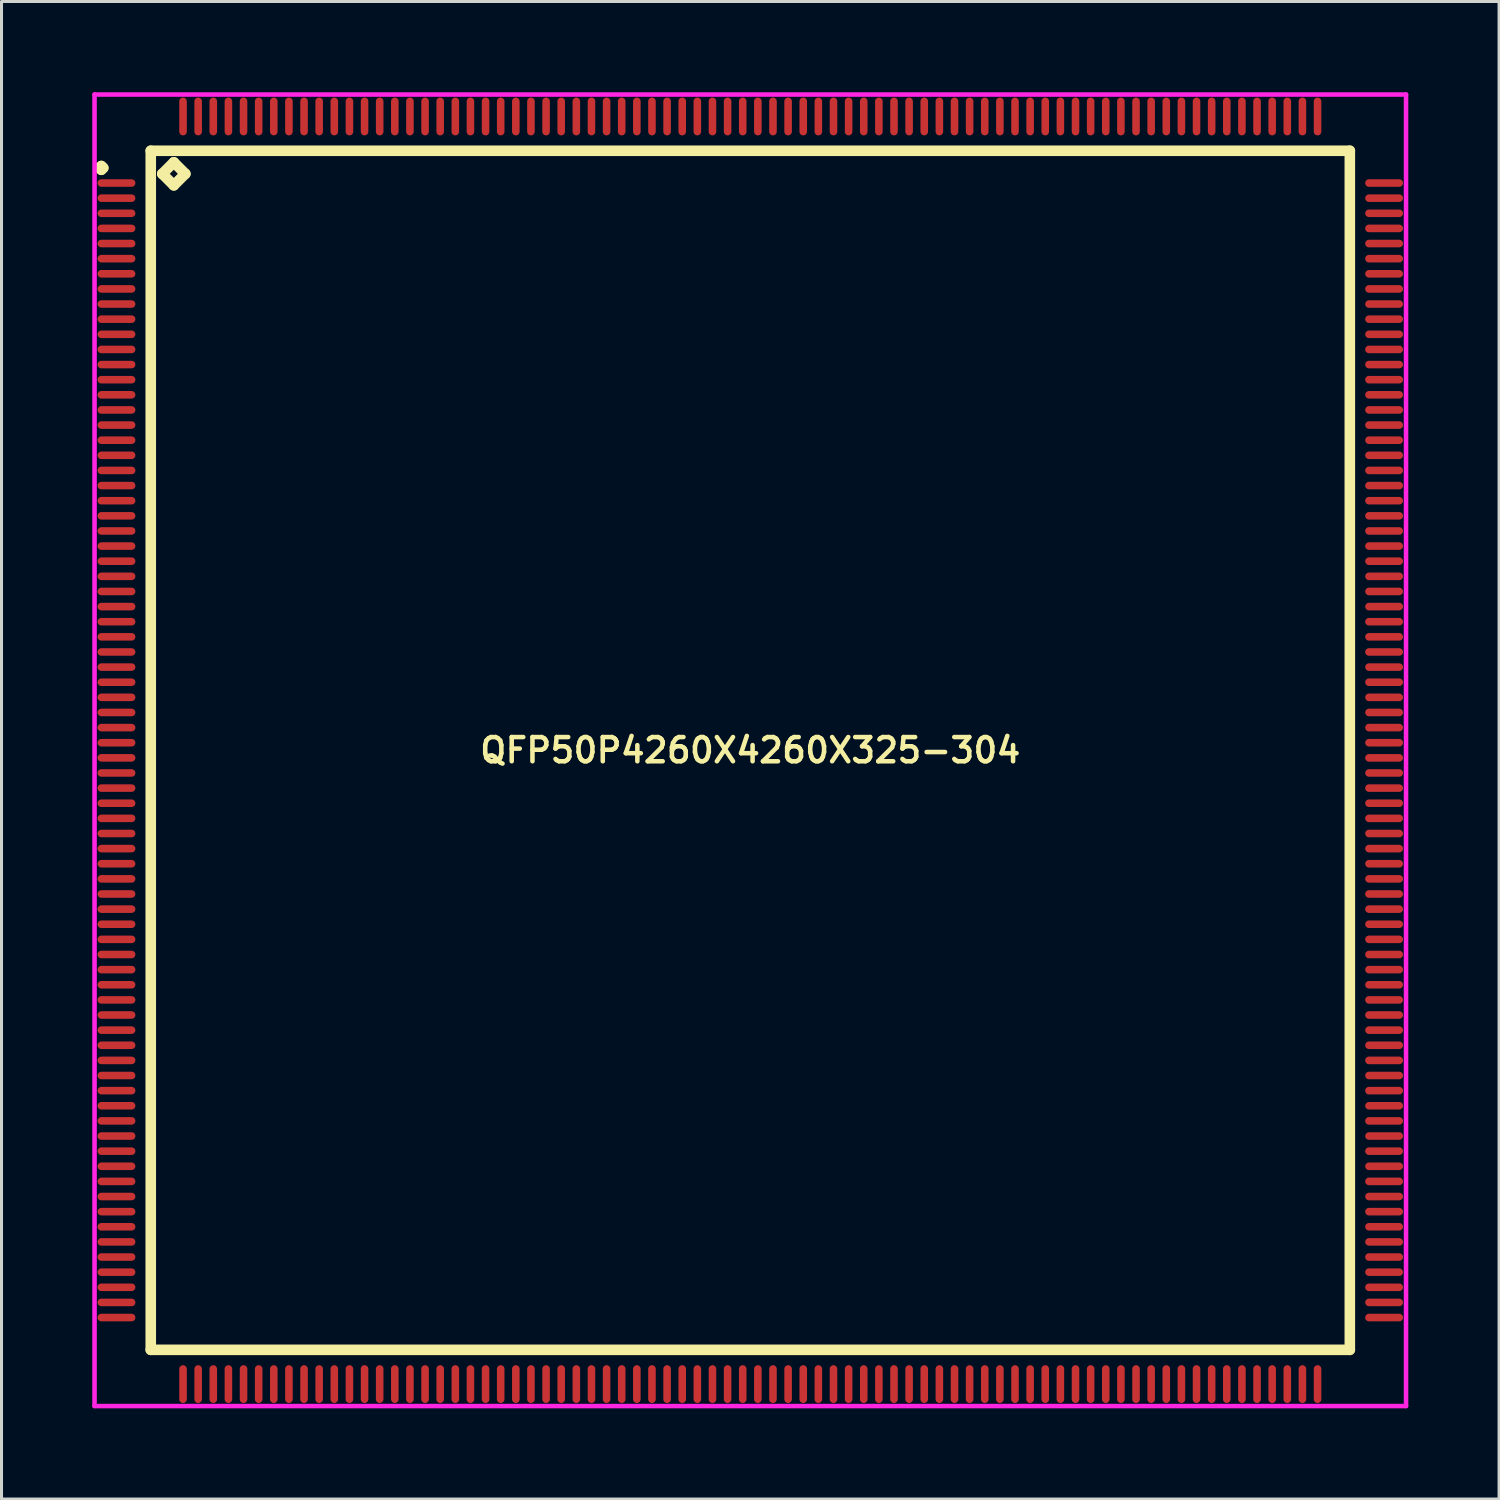
<source format=kicad_pcb>
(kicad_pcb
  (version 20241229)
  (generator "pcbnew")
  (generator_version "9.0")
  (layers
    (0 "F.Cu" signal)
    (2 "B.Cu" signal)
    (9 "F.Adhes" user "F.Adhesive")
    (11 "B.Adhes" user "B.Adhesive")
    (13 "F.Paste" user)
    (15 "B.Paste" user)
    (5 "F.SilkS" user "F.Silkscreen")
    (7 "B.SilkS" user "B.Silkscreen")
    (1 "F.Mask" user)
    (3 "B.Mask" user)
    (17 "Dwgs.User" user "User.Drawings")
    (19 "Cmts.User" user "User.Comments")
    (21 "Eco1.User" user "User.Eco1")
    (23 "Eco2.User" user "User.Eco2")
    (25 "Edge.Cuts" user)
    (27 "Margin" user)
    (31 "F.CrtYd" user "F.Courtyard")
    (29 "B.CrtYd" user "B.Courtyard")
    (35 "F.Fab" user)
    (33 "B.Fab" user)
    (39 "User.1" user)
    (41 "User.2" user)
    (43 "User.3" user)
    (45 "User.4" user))
  (footprint "QFP50P4260X4260X325-304"
    (layer "F.Cu")
    (at 21.75 21.75)
    (property "Reference" "QFP50P4260X4260X325-304" (at 0 0 0) (layer "F.SilkS") (effects (font (size 0.8 0.8) (thickness 0.15))))
    (attr through_hole)
    (fp_line (start -21.512 -19.25) (end -21.45 -19.312) (stroke (width 0.35) (type solid)) (layer "F.SilkS"))
    (fp_line (start -21.45 -19.312) (end -21.387 -19.25) (stroke (width 0.35) (type solid)) (layer "F.SilkS"))
    (fp_line (start -21.45 -19.188) (end -21.512 -19.25) (stroke (width 0.35) (type solid)) (layer "F.SilkS"))
    (fp_line (start -21.387 -19.25) (end -21.45 -19.188) (stroke (width 0.35) (type solid)) (layer "F.SilkS"))
    (fp_line (start -19.817 -19.817) (end -19.817 19.817) (stroke (width 0.35) (type solid)) (layer "F.SilkS"))
    (fp_line (start -19.817 19.817) (end 19.817 19.817) (stroke (width 0.35) (type solid)) (layer "F.SilkS"))
    (fp_line (start -19.436 -19.055) (end -19.055 -19.436) (stroke (width 0.35) (type solid)) (layer "F.SilkS"))
    (fp_line (start -19.055 -19.436) (end -18.674 -19.055) (stroke (width 0.35) (type solid)) (layer "F.SilkS"))
    (fp_line (start -19.055 -18.674) (end -19.436 -19.055) (stroke (width 0.35) (type solid)) (layer "F.SilkS"))
    (fp_line (start -18.674 -19.055) (end -19.055 -18.674) (stroke (width 0.35) (type solid)) (layer "F.SilkS"))
    (fp_line (start 19.817 -19.817) (end -19.817 -19.817) (stroke (width 0.35) (type solid)) (layer "F.SilkS"))
    (fp_line (start 19.817 19.817) (end 19.817 -19.817) (stroke (width 0.35) (type solid)) (layer "F.SilkS"))
    (fp_line (start -21.675 -21.675) (end 21.675 -21.675) (stroke (width 0.15) (type solid)) (layer "F.CrtYd"))
    (fp_line (start -21.675 21.675) (end -21.675 -21.675) (stroke (width 0.15) (type solid)) (layer "F.CrtYd"))
    (fp_line (start 21.675 -21.675) (end 21.675 21.675) (stroke (width 0.15) (type solid)) (layer "F.CrtYd"))
    (fp_line (start 21.675 21.675) (end -21.675 21.675) (stroke (width 0.15) (type solid)) (layer "F.CrtYd"))
    (pad "1" smd oval (at -20.95 -18.75) (size 1.25 0.25) (layers "F.Cu" "F.Mask" "F.Paste"))
    (pad "2" smd oval (at -20.95 -18.25) (size 1.25 0.25) (layers "F.Cu" "F.Mask" "F.Paste"))
    (pad "3" smd oval (at -20.95 -17.75) (size 1.25 0.25) (layers "F.Cu" "F.Mask" "F.Paste"))
    (pad "4" smd oval (at -20.95 -17.25) (size 1.25 0.25) (layers "F.Cu" "F.Mask" "F.Paste"))
    (pad "5" smd oval (at -20.95 -16.75) (size 1.25 0.25) (layers "F.Cu" "F.Mask" "F.Paste"))
    (pad "6" smd oval (at -20.95 -16.25) (size 1.25 0.25) (layers "F.Cu" "F.Mask" "F.Paste"))
    (pad "7" smd oval (at -20.95 -15.75) (size 1.25 0.25) (layers "F.Cu" "F.Mask" "F.Paste"))
    (pad "8" smd oval (at -20.95 -15.25) (size 1.25 0.25) (layers "F.Cu" "F.Mask" "F.Paste"))
    (pad "9" smd oval (at -20.95 -14.75) (size 1.25 0.25) (layers "F.Cu" "F.Mask" "F.Paste"))
    (pad "10" smd oval (at -20.95 -14.25) (size 1.25 0.25) (layers "F.Cu" "F.Mask" "F.Paste"))
    (pad "11" smd oval (at -20.95 -13.75) (size 1.25 0.25) (layers "F.Cu" "F.Mask" "F.Paste"))
    (pad "12" smd oval (at -20.95 -13.25) (size 1.25 0.25) (layers "F.Cu" "F.Mask" "F.Paste"))
    (pad "13" smd oval (at -20.95 -12.75) (size 1.25 0.25) (layers "F.Cu" "F.Mask" "F.Paste"))
    (pad "14" smd oval (at -20.95 -12.25) (size 1.25 0.25) (layers "F.Cu" "F.Mask" "F.Paste"))
    (pad "15" smd oval (at -20.95 -11.75) (size 1.25 0.25) (layers "F.Cu" "F.Mask" "F.Paste"))
    (pad "16" smd oval (at -20.95 -11.25) (size 1.25 0.25) (layers "F.Cu" "F.Mask" "F.Paste"))
    (pad "17" smd oval (at -20.95 -10.75) (size 1.25 0.25) (layers "F.Cu" "F.Mask" "F.Paste"))
    (pad "18" smd oval (at -20.95 -10.25) (size 1.25 0.25) (layers "F.Cu" "F.Mask" "F.Paste"))
    (pad "19" smd oval (at -20.95 -9.75) (size 1.25 0.25) (layers "F.Cu" "F.Mask" "F.Paste"))
    (pad "20" smd oval (at -20.95 -9.25) (size 1.25 0.25) (layers "F.Cu" "F.Mask" "F.Paste"))
    (pad "21" smd oval (at -20.95 -8.75) (size 1.25 0.25) (layers "F.Cu" "F.Mask" "F.Paste"))
    (pad "22" smd oval (at -20.95 -8.25) (size 1.25 0.25) (layers "F.Cu" "F.Mask" "F.Paste"))
    (pad "23" smd oval (at -20.95 -7.75) (size 1.25 0.25) (layers "F.Cu" "F.Mask" "F.Paste"))
    (pad "24" smd oval (at -20.95 -7.25) (size 1.25 0.25) (layers "F.Cu" "F.Mask" "F.Paste"))
    (pad "25" smd oval (at -20.95 -6.75) (size 1.25 0.25) (layers "F.Cu" "F.Mask" "F.Paste"))
    (pad "26" smd oval (at -20.95 -6.25) (size 1.25 0.25) (layers "F.Cu" "F.Mask" "F.Paste"))
    (pad "27" smd oval (at -20.95 -5.75) (size 1.25 0.25) (layers "F.Cu" "F.Mask" "F.Paste"))
    (pad "28" smd oval (at -20.95 -5.25) (size 1.25 0.25) (layers "F.Cu" "F.Mask" "F.Paste"))
    (pad "29" smd oval (at -20.95 -4.75) (size 1.25 0.25) (layers "F.Cu" "F.Mask" "F.Paste"))
    (pad "30" smd oval (at -20.95 -4.25) (size 1.25 0.25) (layers "F.Cu" "F.Mask" "F.Paste"))
    (pad "31" smd oval (at -20.95 -3.75) (size 1.25 0.25) (layers "F.Cu" "F.Mask" "F.Paste"))
    (pad "32" smd oval (at -20.95 -3.25) (size 1.25 0.25) (layers "F.Cu" "F.Mask" "F.Paste"))
    (pad "33" smd oval (at -20.95 -2.75) (size 1.25 0.25) (layers "F.Cu" "F.Mask" "F.Paste"))
    (pad "34" smd oval (at -20.95 -2.25) (size 1.25 0.25) (layers "F.Cu" "F.Mask" "F.Paste"))
    (pad "35" smd oval (at -20.95 -1.75) (size 1.25 0.25) (layers "F.Cu" "F.Mask" "F.Paste"))
    (pad "36" smd oval (at -20.95 -1.25) (size 1.25 0.25) (layers "F.Cu" "F.Mask" "F.Paste"))
    (pad "37" smd oval (at -20.95 -0.75) (size 1.25 0.25) (layers "F.Cu" "F.Mask" "F.Paste"))
    (pad "38" smd oval (at -20.95 -0.25) (size 1.25 0.25) (layers "F.Cu" "F.Mask" "F.Paste"))
    (pad "39" smd oval (at -20.95 0.25) (size 1.25 0.25) (layers "F.Cu" "F.Mask" "F.Paste"))
    (pad "40" smd oval (at -20.95 0.75) (size 1.25 0.25) (layers "F.Cu" "F.Mask" "F.Paste"))
    (pad "41" smd oval (at -20.95 1.25) (size 1.25 0.25) (layers "F.Cu" "F.Mask" "F.Paste"))
    (pad "42" smd oval (at -20.95 1.75) (size 1.25 0.25) (layers "F.Cu" "F.Mask" "F.Paste"))
    (pad "43" smd oval (at -20.95 2.25) (size 1.25 0.25) (layers "F.Cu" "F.Mask" "F.Paste"))
    (pad "44" smd oval (at -20.95 2.75) (size 1.25 0.25) (layers "F.Cu" "F.Mask" "F.Paste"))
    (pad "45" smd oval (at -20.95 3.25) (size 1.25 0.25) (layers "F.Cu" "F.Mask" "F.Paste"))
    (pad "46" smd oval (at -20.95 3.75) (size 1.25 0.25) (layers "F.Cu" "F.Mask" "F.Paste"))
    (pad "47" smd oval (at -20.95 4.25) (size 1.25 0.25) (layers "F.Cu" "F.Mask" "F.Paste"))
    (pad "48" smd oval (at -20.95 4.75) (size 1.25 0.25) (layers "F.Cu" "F.Mask" "F.Paste"))
    (pad "49" smd oval (at -20.95 5.25) (size 1.25 0.25) (layers "F.Cu" "F.Mask" "F.Paste"))
    (pad "50" smd oval (at -20.95 5.75) (size 1.25 0.25) (layers "F.Cu" "F.Mask" "F.Paste"))
    (pad "51" smd oval (at -20.95 6.25) (size 1.25 0.25) (layers "F.Cu" "F.Mask" "F.Paste"))
    (pad "52" smd oval (at -20.95 6.75) (size 1.25 0.25) (layers "F.Cu" "F.Mask" "F.Paste"))
    (pad "53" smd oval (at -20.95 7.25) (size 1.25 0.25) (layers "F.Cu" "F.Mask" "F.Paste"))
    (pad "54" smd oval (at -20.95 7.75) (size 1.25 0.25) (layers "F.Cu" "F.Mask" "F.Paste"))
    (pad "55" smd oval (at -20.95 8.25) (size 1.25 0.25) (layers "F.Cu" "F.Mask" "F.Paste"))
    (pad "56" smd oval (at -20.95 8.75) (size 1.25 0.25) (layers "F.Cu" "F.Mask" "F.Paste"))
    (pad "57" smd oval (at -20.95 9.25) (size 1.25 0.25) (layers "F.Cu" "F.Mask" "F.Paste"))
    (pad "58" smd oval (at -20.95 9.75) (size 1.25 0.25) (layers "F.Cu" "F.Mask" "F.Paste"))
    (pad "59" smd oval (at -20.95 10.25) (size 1.25 0.25) (layers "F.Cu" "F.Mask" "F.Paste"))
    (pad "60" smd oval (at -20.95 10.75) (size 1.25 0.25) (layers "F.Cu" "F.Mask" "F.Paste"))
    (pad "61" smd oval (at -20.95 11.25) (size 1.25 0.25) (layers "F.Cu" "F.Mask" "F.Paste"))
    (pad "62" smd oval (at -20.95 11.75) (size 1.25 0.25) (layers "F.Cu" "F.Mask" "F.Paste"))
    (pad "63" smd oval (at -20.95 12.25) (size 1.25 0.25) (layers "F.Cu" "F.Mask" "F.Paste"))
    (pad "64" smd oval (at -20.95 12.75) (size 1.25 0.25) (layers "F.Cu" "F.Mask" "F.Paste"))
    (pad "65" smd oval (at -20.95 13.25) (size 1.25 0.25) (layers "F.Cu" "F.Mask" "F.Paste"))
    (pad "66" smd oval (at -20.95 13.75) (size 1.25 0.25) (layers "F.Cu" "F.Mask" "F.Paste"))
    (pad "67" smd oval (at -20.95 14.25) (size 1.25 0.25) (layers "F.Cu" "F.Mask" "F.Paste"))
    (pad "68" smd oval (at -20.95 14.75) (size 1.25 0.25) (layers "F.Cu" "F.Mask" "F.Paste"))
    (pad "69" smd oval (at -20.95 15.25) (size 1.25 0.25) (layers "F.Cu" "F.Mask" "F.Paste"))
    (pad "70" smd oval (at -20.95 15.75) (size 1.25 0.25) (layers "F.Cu" "F.Mask" "F.Paste"))
    (pad "71" smd oval (at -20.95 16.25) (size 1.25 0.25) (layers "F.Cu" "F.Mask" "F.Paste"))
    (pad "72" smd oval (at -20.95 16.75) (size 1.25 0.25) (layers "F.Cu" "F.Mask" "F.Paste"))
    (pad "73" smd oval (at -20.95 17.25) (size 1.25 0.25) (layers "F.Cu" "F.Mask" "F.Paste"))
    (pad "74" smd oval (at -20.95 17.75) (size 1.25 0.25) (layers "F.Cu" "F.Mask" "F.Paste"))
    (pad "75" smd oval (at -20.95 18.25) (size 1.25 0.25) (layers "F.Cu" "F.Mask" "F.Paste"))
    (pad "76" smd oval (at -20.95 18.75) (size 1.25 0.25) (layers "F.Cu" "F.Mask" "F.Paste"))
    (pad "77" smd oval (at -18.75 20.95) (size 0.25 1.25) (layers "F.Cu" "F.Mask" "F.Paste"))
    (pad "78" smd oval (at -18.25 20.95) (size 0.25 1.25) (layers "F.Cu" "F.Mask" "F.Paste"))
    (pad "79" smd oval (at -17.75 20.95) (size 0.25 1.25) (layers "F.Cu" "F.Mask" "F.Paste"))
    (pad "80" smd oval (at -17.25 20.95) (size 0.25 1.25) (layers "F.Cu" "F.Mask" "F.Paste"))
    (pad "81" smd oval (at -16.75 20.95) (size 0.25 1.25) (layers "F.Cu" "F.Mask" "F.Paste"))
    (pad "82" smd oval (at -16.25 20.95) (size 0.25 1.25) (layers "F.Cu" "F.Mask" "F.Paste"))
    (pad "83" smd oval (at -15.75 20.95) (size 0.25 1.25) (layers "F.Cu" "F.Mask" "F.Paste"))
    (pad "84" smd oval (at -15.25 20.95) (size 0.25 1.25) (layers "F.Cu" "F.Mask" "F.Paste"))
    (pad "85" smd oval (at -14.75 20.95) (size 0.25 1.25) (layers "F.Cu" "F.Mask" "F.Paste"))
    (pad "86" smd oval (at -14.25 20.95) (size 0.25 1.25) (layers "F.Cu" "F.Mask" "F.Paste"))
    (pad "87" smd oval (at -13.75 20.95) (size 0.25 1.25) (layers "F.Cu" "F.Mask" "F.Paste"))
    (pad "88" smd oval (at -13.25 20.95) (size 0.25 1.25) (layers "F.Cu" "F.Mask" "F.Paste"))
    (pad "89" smd oval (at -12.75 20.95) (size 0.25 1.25) (layers "F.Cu" "F.Mask" "F.Paste"))
    (pad "90" smd oval (at -12.25 20.95) (size 0.25 1.25) (layers "F.Cu" "F.Mask" "F.Paste"))
    (pad "91" smd oval (at -11.75 20.95) (size 0.25 1.25) (layers "F.Cu" "F.Mask" "F.Paste"))
    (pad "92" smd oval (at -11.25 20.95) (size 0.25 1.25) (layers "F.Cu" "F.Mask" "F.Paste"))
    (pad "93" smd oval (at -10.75 20.95) (size 0.25 1.25) (layers "F.Cu" "F.Mask" "F.Paste"))
    (pad "94" smd oval (at -10.25 20.95) (size 0.25 1.25) (layers "F.Cu" "F.Mask" "F.Paste"))
    (pad "95" smd oval (at -9.75 20.95) (size 0.25 1.25) (layers "F.Cu" "F.Mask" "F.Paste"))
    (pad "96" smd oval (at -9.25 20.95) (size 0.25 1.25) (layers "F.Cu" "F.Mask" "F.Paste"))
    (pad "97" smd oval (at -8.75 20.95) (size 0.25 1.25) (layers "F.Cu" "F.Mask" "F.Paste"))
    (pad "98" smd oval (at -8.25 20.95) (size 0.25 1.25) (layers "F.Cu" "F.Mask" "F.Paste"))
    (pad "99" smd oval (at -7.75 20.95) (size 0.25 1.25) (layers "F.Cu" "F.Mask" "F.Paste"))
    (pad "100" smd oval (at -7.25 20.95) (size 0.25 1.25) (layers "F.Cu" "F.Mask" "F.Paste"))
    (pad "101" smd oval (at -6.75 20.95) (size 0.25 1.25) (layers "F.Cu" "F.Mask" "F.Paste"))
    (pad "102" smd oval (at -6.25 20.95) (size 0.25 1.25) (layers "F.Cu" "F.Mask" "F.Paste"))
    (pad "103" smd oval (at -5.75 20.95) (size 0.25 1.25) (layers "F.Cu" "F.Mask" "F.Paste"))
    (pad "104" smd oval (at -5.25 20.95) (size 0.25 1.25) (layers "F.Cu" "F.Mask" "F.Paste"))
    (pad "105" smd oval (at -4.75 20.95) (size 0.25 1.25) (layers "F.Cu" "F.Mask" "F.Paste"))
    (pad "106" smd oval (at -4.25 20.95) (size 0.25 1.25) (layers "F.Cu" "F.Mask" "F.Paste"))
    (pad "107" smd oval (at -3.75 20.95) (size 0.25 1.25) (layers "F.Cu" "F.Mask" "F.Paste"))
    (pad "108" smd oval (at -3.25 20.95) (size 0.25 1.25) (layers "F.Cu" "F.Mask" "F.Paste"))
    (pad "109" smd oval (at -2.75 20.95) (size 0.25 1.25) (layers "F.Cu" "F.Mask" "F.Paste"))
    (pad "110" smd oval (at -2.25 20.95) (size 0.25 1.25) (layers "F.Cu" "F.Mask" "F.Paste"))
    (pad "111" smd oval (at -1.75 20.95) (size 0.25 1.25) (layers "F.Cu" "F.Mask" "F.Paste"))
    (pad "112" smd oval (at -1.25 20.95) (size 0.25 1.25) (layers "F.Cu" "F.Mask" "F.Paste"))
    (pad "113" smd oval (at -0.75 20.95) (size 0.25 1.25) (layers "F.Cu" "F.Mask" "F.Paste"))
    (pad "114" smd oval (at -0.25 20.95) (size 0.25 1.25) (layers "F.Cu" "F.Mask" "F.Paste"))
    (pad "115" smd oval (at 0.25 20.95) (size 0.25 1.25) (layers "F.Cu" "F.Mask" "F.Paste"))
    (pad "116" smd oval (at 0.75 20.95) (size 0.25 1.25) (layers "F.Cu" "F.Mask" "F.Paste"))
    (pad "117" smd oval (at 1.25 20.95) (size 0.25 1.25) (layers "F.Cu" "F.Mask" "F.Paste"))
    (pad "118" smd oval (at 1.75 20.95) (size 0.25 1.25) (layers "F.Cu" "F.Mask" "F.Paste"))
    (pad "119" smd oval (at 2.25 20.95) (size 0.25 1.25) (layers "F.Cu" "F.Mask" "F.Paste"))
    (pad "120" smd oval (at 2.75 20.95) (size 0.25 1.25) (layers "F.Cu" "F.Mask" "F.Paste"))
    (pad "121" smd oval (at 3.25 20.95) (size 0.25 1.25) (layers "F.Cu" "F.Mask" "F.Paste"))
    (pad "122" smd oval (at 3.75 20.95) (size 0.25 1.25) (layers "F.Cu" "F.Mask" "F.Paste"))
    (pad "123" smd oval (at 4.25 20.95) (size 0.25 1.25) (layers "F.Cu" "F.Mask" "F.Paste"))
    (pad "124" smd oval (at 4.75 20.95) (size 0.25 1.25) (layers "F.Cu" "F.Mask" "F.Paste"))
    (pad "125" smd oval (at 5.25 20.95) (size 0.25 1.25) (layers "F.Cu" "F.Mask" "F.Paste"))
    (pad "126" smd oval (at 5.75 20.95) (size 0.25 1.25) (layers "F.Cu" "F.Mask" "F.Paste"))
    (pad "127" smd oval (at 6.25 20.95) (size 0.25 1.25) (layers "F.Cu" "F.Mask" "F.Paste"))
    (pad "128" smd oval (at 6.75 20.95) (size 0.25 1.25) (layers "F.Cu" "F.Mask" "F.Paste"))
    (pad "129" smd oval (at 7.25 20.95) (size 0.25 1.25) (layers "F.Cu" "F.Mask" "F.Paste"))
    (pad "130" smd oval (at 7.75 20.95) (size 0.25 1.25) (layers "F.Cu" "F.Mask" "F.Paste"))
    (pad "131" smd oval (at 8.25 20.95) (size 0.25 1.25) (layers "F.Cu" "F.Mask" "F.Paste"))
    (pad "132" smd oval (at 8.75 20.95) (size 0.25 1.25) (layers "F.Cu" "F.Mask" "F.Paste"))
    (pad "133" smd oval (at 9.25 20.95) (size 0.25 1.25) (layers "F.Cu" "F.Mask" "F.Paste"))
    (pad "134" smd oval (at 9.75 20.95) (size 0.25 1.25) (layers "F.Cu" "F.Mask" "F.Paste"))
    (pad "135" smd oval (at 10.25 20.95) (size 0.25 1.25) (layers "F.Cu" "F.Mask" "F.Paste"))
    (pad "136" smd oval (at 10.75 20.95) (size 0.25 1.25) (layers "F.Cu" "F.Mask" "F.Paste"))
    (pad "137" smd oval (at 11.25 20.95) (size 0.25 1.25) (layers "F.Cu" "F.Mask" "F.Paste"))
    (pad "138" smd oval (at 11.75 20.95) (size 0.25 1.25) (layers "F.Cu" "F.Mask" "F.Paste"))
    (pad "139" smd oval (at 12.25 20.95) (size 0.25 1.25) (layers "F.Cu" "F.Mask" "F.Paste"))
    (pad "140" smd oval (at 12.75 20.95) (size 0.25 1.25) (layers "F.Cu" "F.Mask" "F.Paste"))
    (pad "141" smd oval (at 13.25 20.95) (size 0.25 1.25) (layers "F.Cu" "F.Mask" "F.Paste"))
    (pad "142" smd oval (at 13.75 20.95) (size 0.25 1.25) (layers "F.Cu" "F.Mask" "F.Paste"))
    (pad "143" smd oval (at 14.25 20.95) (size 0.25 1.25) (layers "F.Cu" "F.Mask" "F.Paste"))
    (pad "144" smd oval (at 14.75 20.95) (size 0.25 1.25) (layers "F.Cu" "F.Mask" "F.Paste"))
    (pad "145" smd oval (at 15.25 20.95) (size 0.25 1.25) (layers "F.Cu" "F.Mask" "F.Paste"))
    (pad "146" smd oval (at 15.75 20.95) (size 0.25 1.25) (layers "F.Cu" "F.Mask" "F.Paste"))
    (pad "147" smd oval (at 16.25 20.95) (size 0.25 1.25) (layers "F.Cu" "F.Mask" "F.Paste"))
    (pad "148" smd oval (at 16.75 20.95) (size 0.25 1.25) (layers "F.Cu" "F.Mask" "F.Paste"))
    (pad "149" smd oval (at 17.25 20.95) (size 0.25 1.25) (layers "F.Cu" "F.Mask" "F.Paste"))
    (pad "150" smd oval (at 17.75 20.95) (size 0.25 1.25) (layers "F.Cu" "F.Mask" "F.Paste"))
    (pad "151" smd oval (at 18.25 20.95) (size 0.25 1.25) (layers "F.Cu" "F.Mask" "F.Paste"))
    (pad "152" smd oval (at 18.75 20.95) (size 0.25 1.25) (layers "F.Cu" "F.Mask" "F.Paste"))
    (pad "153" smd oval (at 20.95 18.75) (size 1.25 0.25) (layers "F.Cu" "F.Mask" "F.Paste"))
    (pad "154" smd oval (at 20.95 18.25) (size 1.25 0.25) (layers "F.Cu" "F.Mask" "F.Paste"))
    (pad "155" smd oval (at 20.95 17.75) (size 1.25 0.25) (layers "F.Cu" "F.Mask" "F.Paste"))
    (pad "156" smd oval (at 20.95 17.25) (size 1.25 0.25) (layers "F.Cu" "F.Mask" "F.Paste"))
    (pad "157" smd oval (at 20.95 16.75) (size 1.25 0.25) (layers "F.Cu" "F.Mask" "F.Paste"))
    (pad "158" smd oval (at 20.95 16.25) (size 1.25 0.25) (layers "F.Cu" "F.Mask" "F.Paste"))
    (pad "159" smd oval (at 20.95 15.75) (size 1.25 0.25) (layers "F.Cu" "F.Mask" "F.Paste"))
    (pad "160" smd oval (at 20.95 15.25) (size 1.25 0.25) (layers "F.Cu" "F.Mask" "F.Paste"))
    (pad "161" smd oval (at 20.95 14.75) (size 1.25 0.25) (layers "F.Cu" "F.Mask" "F.Paste"))
    (pad "162" smd oval (at 20.95 14.25) (size 1.25 0.25) (layers "F.Cu" "F.Mask" "F.Paste"))
    (pad "163" smd oval (at 20.95 13.75) (size 1.25 0.25) (layers "F.Cu" "F.Mask" "F.Paste"))
    (pad "164" smd oval (at 20.95 13.25) (size 1.25 0.25) (layers "F.Cu" "F.Mask" "F.Paste"))
    (pad "165" smd oval (at 20.95 12.75) (size 1.25 0.25) (layers "F.Cu" "F.Mask" "F.Paste"))
    (pad "166" smd oval (at 20.95 12.25) (size 1.25 0.25) (layers "F.Cu" "F.Mask" "F.Paste"))
    (pad "167" smd oval (at 20.95 11.75) (size 1.25 0.25) (layers "F.Cu" "F.Mask" "F.Paste"))
    (pad "168" smd oval (at 20.95 11.25) (size 1.25 0.25) (layers "F.Cu" "F.Mask" "F.Paste"))
    (pad "169" smd oval (at 20.95 10.75) (size 1.25 0.25) (layers "F.Cu" "F.Mask" "F.Paste"))
    (pad "170" smd oval (at 20.95 10.25) (size 1.25 0.25) (layers "F.Cu" "F.Mask" "F.Paste"))
    (pad "171" smd oval (at 20.95 9.75) (size 1.25 0.25) (layers "F.Cu" "F.Mask" "F.Paste"))
    (pad "172" smd oval (at 20.95 9.25) (size 1.25 0.25) (layers "F.Cu" "F.Mask" "F.Paste"))
    (pad "173" smd oval (at 20.95 8.75) (size 1.25 0.25) (layers "F.Cu" "F.Mask" "F.Paste"))
    (pad "174" smd oval (at 20.95 8.25) (size 1.25 0.25) (layers "F.Cu" "F.Mask" "F.Paste"))
    (pad "175" smd oval (at 20.95 7.75) (size 1.25 0.25) (layers "F.Cu" "F.Mask" "F.Paste"))
    (pad "176" smd oval (at 20.95 7.25) (size 1.25 0.25) (layers "F.Cu" "F.Mask" "F.Paste"))
    (pad "177" smd oval (at 20.95 6.75) (size 1.25 0.25) (layers "F.Cu" "F.Mask" "F.Paste"))
    (pad "178" smd oval (at 20.95 6.25) (size 1.25 0.25) (layers "F.Cu" "F.Mask" "F.Paste"))
    (pad "179" smd oval (at 20.95 5.75) (size 1.25 0.25) (layers "F.Cu" "F.Mask" "F.Paste"))
    (pad "180" smd oval (at 20.95 5.25) (size 1.25 0.25) (layers "F.Cu" "F.Mask" "F.Paste"))
    (pad "181" smd oval (at 20.95 4.75) (size 1.25 0.25) (layers "F.Cu" "F.Mask" "F.Paste"))
    (pad "182" smd oval (at 20.95 4.25) (size 1.25 0.25) (layers "F.Cu" "F.Mask" "F.Paste"))
    (pad "183" smd oval (at 20.95 3.75) (size 1.25 0.25) (layers "F.Cu" "F.Mask" "F.Paste"))
    (pad "184" smd oval (at 20.95 3.25) (size 1.25 0.25) (layers "F.Cu" "F.Mask" "F.Paste"))
    (pad "185" smd oval (at 20.95 2.75) (size 1.25 0.25) (layers "F.Cu" "F.Mask" "F.Paste"))
    (pad "186" smd oval (at 20.95 2.25) (size 1.25 0.25) (layers "F.Cu" "F.Mask" "F.Paste"))
    (pad "187" smd oval (at 20.95 1.75) (size 1.25 0.25) (layers "F.Cu" "F.Mask" "F.Paste"))
    (pad "188" smd oval (at 20.95 1.25) (size 1.25 0.25) (layers "F.Cu" "F.Mask" "F.Paste"))
    (pad "189" smd oval (at 20.95 0.75) (size 1.25 0.25) (layers "F.Cu" "F.Mask" "F.Paste"))
    (pad "190" smd oval (at 20.95 0.25) (size 1.25 0.25) (layers "F.Cu" "F.Mask" "F.Paste"))
    (pad "191" smd oval (at 20.95 -0.25) (size 1.25 0.25) (layers "F.Cu" "F.Mask" "F.Paste"))
    (pad "192" smd oval (at 20.95 -0.75) (size 1.25 0.25) (layers "F.Cu" "F.Mask" "F.Paste"))
    (pad "193" smd oval (at 20.95 -1.25) (size 1.25 0.25) (layers "F.Cu" "F.Mask" "F.Paste"))
    (pad "194" smd oval (at 20.95 -1.75) (size 1.25 0.25) (layers "F.Cu" "F.Mask" "F.Paste"))
    (pad "195" smd oval (at 20.95 -2.25) (size 1.25 0.25) (layers "F.Cu" "F.Mask" "F.Paste"))
    (pad "196" smd oval (at 20.95 -2.75) (size 1.25 0.25) (layers "F.Cu" "F.Mask" "F.Paste"))
    (pad "197" smd oval (at 20.95 -3.25) (size 1.25 0.25) (layers "F.Cu" "F.Mask" "F.Paste"))
    (pad "198" smd oval (at 20.95 -3.75) (size 1.25 0.25) (layers "F.Cu" "F.Mask" "F.Paste"))
    (pad "199" smd oval (at 20.95 -4.25) (size 1.25 0.25) (layers "F.Cu" "F.Mask" "F.Paste"))
    (pad "200" smd oval (at 20.95 -4.75) (size 1.25 0.25) (layers "F.Cu" "F.Mask" "F.Paste"))
    (pad "201" smd oval (at 20.95 -5.25) (size 1.25 0.25) (layers "F.Cu" "F.Mask" "F.Paste"))
    (pad "202" smd oval (at 20.95 -5.75) (size 1.25 0.25) (layers "F.Cu" "F.Mask" "F.Paste"))
    (pad "203" smd oval (at 20.95 -6.25) (size 1.25 0.25) (layers "F.Cu" "F.Mask" "F.Paste"))
    (pad "204" smd oval (at 20.95 -6.75) (size 1.25 0.25) (layers "F.Cu" "F.Mask" "F.Paste"))
    (pad "205" smd oval (at 20.95 -7.25) (size 1.25 0.25) (layers "F.Cu" "F.Mask" "F.Paste"))
    (pad "206" smd oval (at 20.95 -7.75) (size 1.25 0.25) (layers "F.Cu" "F.Mask" "F.Paste"))
    (pad "207" smd oval (at 20.95 -8.25) (size 1.25 0.25) (layers "F.Cu" "F.Mask" "F.Paste"))
    (pad "208" smd oval (at 20.95 -8.75) (size 1.25 0.25) (layers "F.Cu" "F.Mask" "F.Paste"))
    (pad "209" smd oval (at 20.95 -9.25) (size 1.25 0.25) (layers "F.Cu" "F.Mask" "F.Paste"))
    (pad "210" smd oval (at 20.95 -9.75) (size 1.25 0.25) (layers "F.Cu" "F.Mask" "F.Paste"))
    (pad "211" smd oval (at 20.95 -10.25) (size 1.25 0.25) (layers "F.Cu" "F.Mask" "F.Paste"))
    (pad "212" smd oval (at 20.95 -10.75) (size 1.25 0.25) (layers "F.Cu" "F.Mask" "F.Paste"))
    (pad "213" smd oval (at 20.95 -11.25) (size 1.25 0.25) (layers "F.Cu" "F.Mask" "F.Paste"))
    (pad "214" smd oval (at 20.95 -11.75) (size 1.25 0.25) (layers "F.Cu" "F.Mask" "F.Paste"))
    (pad "215" smd oval (at 20.95 -12.25) (size 1.25 0.25) (layers "F.Cu" "F.Mask" "F.Paste"))
    (pad "216" smd oval (at 20.95 -12.75) (size 1.25 0.25) (layers "F.Cu" "F.Mask" "F.Paste"))
    (pad "217" smd oval (at 20.95 -13.25) (size 1.25 0.25) (layers "F.Cu" "F.Mask" "F.Paste"))
    (pad "218" smd oval (at 20.95 -13.75) (size 1.25 0.25) (layers "F.Cu" "F.Mask" "F.Paste"))
    (pad "219" smd oval (at 20.95 -14.25) (size 1.25 0.25) (layers "F.Cu" "F.Mask" "F.Paste"))
    (pad "220" smd oval (at 20.95 -14.75) (size 1.25 0.25) (layers "F.Cu" "F.Mask" "F.Paste"))
    (pad "221" smd oval (at 20.95 -15.25) (size 1.25 0.25) (layers "F.Cu" "F.Mask" "F.Paste"))
    (pad "222" smd oval (at 20.95 -15.75) (size 1.25 0.25) (layers "F.Cu" "F.Mask" "F.Paste"))
    (pad "223" smd oval (at 20.95 -16.25) (size 1.25 0.25) (layers "F.Cu" "F.Mask" "F.Paste"))
    (pad "224" smd oval (at 20.95 -16.75) (size 1.25 0.25) (layers "F.Cu" "F.Mask" "F.Paste"))
    (pad "225" smd oval (at 20.95 -17.25) (size 1.25 0.25) (layers "F.Cu" "F.Mask" "F.Paste"))
    (pad "226" smd oval (at 20.95 -17.75) (size 1.25 0.25) (layers "F.Cu" "F.Mask" "F.Paste"))
    (pad "227" smd oval (at 20.95 -18.25) (size 1.25 0.25) (layers "F.Cu" "F.Mask" "F.Paste"))
    (pad "228" smd oval (at 20.95 -18.75) (size 1.25 0.25) (layers "F.Cu" "F.Mask" "F.Paste"))
    (pad "229" smd oval (at 18.75 -20.95) (size 0.25 1.25) (layers "F.Cu" "F.Mask" "F.Paste"))
    (pad "230" smd oval (at 18.25 -20.95) (size 0.25 1.25) (layers "F.Cu" "F.Mask" "F.Paste"))
    (pad "231" smd oval (at 17.75 -20.95) (size 0.25 1.25) (layers "F.Cu" "F.Mask" "F.Paste"))
    (pad "232" smd oval (at 17.25 -20.95) (size 0.25 1.25) (layers "F.Cu" "F.Mask" "F.Paste"))
    (pad "233" smd oval (at 16.75 -20.95) (size 0.25 1.25) (layers "F.Cu" "F.Mask" "F.Paste"))
    (pad "234" smd oval (at 16.25 -20.95) (size 0.25 1.25) (layers "F.Cu" "F.Mask" "F.Paste"))
    (pad "235" smd oval (at 15.75 -20.95) (size 0.25 1.25) (layers "F.Cu" "F.Mask" "F.Paste"))
    (pad "236" smd oval (at 15.25 -20.95) (size 0.25 1.25) (layers "F.Cu" "F.Mask" "F.Paste"))
    (pad "237" smd oval (at 14.75 -20.95) (size 0.25 1.25) (layers "F.Cu" "F.Mask" "F.Paste"))
    (pad "238" smd oval (at 14.25 -20.95) (size 0.25 1.25) (layers "F.Cu" "F.Mask" "F.Paste"))
    (pad "239" smd oval (at 13.75 -20.95) (size 0.25 1.25) (layers "F.Cu" "F.Mask" "F.Paste"))
    (pad "240" smd oval (at 13.25 -20.95) (size 0.25 1.25) (layers "F.Cu" "F.Mask" "F.Paste"))
    (pad "241" smd oval (at 12.75 -20.95) (size 0.25 1.25) (layers "F.Cu" "F.Mask" "F.Paste"))
    (pad "242" smd oval (at 12.25 -20.95) (size 0.25 1.25) (layers "F.Cu" "F.Mask" "F.Paste"))
    (pad "243" smd oval (at 11.75 -20.95) (size 0.25 1.25) (layers "F.Cu" "F.Mask" "F.Paste"))
    (pad "244" smd oval (at 11.25 -20.95) (size 0.25 1.25) (layers "F.Cu" "F.Mask" "F.Paste"))
    (pad "245" smd oval (at 10.75 -20.95) (size 0.25 1.25) (layers "F.Cu" "F.Mask" "F.Paste"))
    (pad "246" smd oval (at 10.25 -20.95) (size 0.25 1.25) (layers "F.Cu" "F.Mask" "F.Paste"))
    (pad "247" smd oval (at 9.75 -20.95) (size 0.25 1.25) (layers "F.Cu" "F.Mask" "F.Paste"))
    (pad "248" smd oval (at 9.25 -20.95) (size 0.25 1.25) (layers "F.Cu" "F.Mask" "F.Paste"))
    (pad "249" smd oval (at 8.75 -20.95) (size 0.25 1.25) (layers "F.Cu" "F.Mask" "F.Paste"))
    (pad "250" smd oval (at 8.25 -20.95) (size 0.25 1.25) (layers "F.Cu" "F.Mask" "F.Paste"))
    (pad "251" smd oval (at 7.75 -20.95) (size 0.25 1.25) (layers "F.Cu" "F.Mask" "F.Paste"))
    (pad "252" smd oval (at 7.25 -20.95) (size 0.25 1.25) (layers "F.Cu" "F.Mask" "F.Paste"))
    (pad "253" smd oval (at 6.75 -20.95) (size 0.25 1.25) (layers "F.Cu" "F.Mask" "F.Paste"))
    (pad "254" smd oval (at 6.25 -20.95) (size 0.25 1.25) (layers "F.Cu" "F.Mask" "F.Paste"))
    (pad "255" smd oval (at 5.75 -20.95) (size 0.25 1.25) (layers "F.Cu" "F.Mask" "F.Paste"))
    (pad "256" smd oval (at 5.25 -20.95) (size 0.25 1.25) (layers "F.Cu" "F.Mask" "F.Paste"))
    (pad "257" smd oval (at 4.75 -20.95) (size 0.25 1.25) (layers "F.Cu" "F.Mask" "F.Paste"))
    (pad "258" smd oval (at 4.25 -20.95) (size 0.25 1.25) (layers "F.Cu" "F.Mask" "F.Paste"))
    (pad "259" smd oval (at 3.75 -20.95) (size 0.25 1.25) (layers "F.Cu" "F.Mask" "F.Paste"))
    (pad "260" smd oval (at 3.25 -20.95) (size 0.25 1.25) (layers "F.Cu" "F.Mask" "F.Paste"))
    (pad "261" smd oval (at 2.75 -20.95) (size 0.25 1.25) (layers "F.Cu" "F.Mask" "F.Paste"))
    (pad "262" smd oval (at 2.25 -20.95) (size 0.25 1.25) (layers "F.Cu" "F.Mask" "F.Paste"))
    (pad "263" smd oval (at 1.75 -20.95) (size 0.25 1.25) (layers "F.Cu" "F.Mask" "F.Paste"))
    (pad "264" smd oval (at 1.25 -20.95) (size 0.25 1.25) (layers "F.Cu" "F.Mask" "F.Paste"))
    (pad "265" smd oval (at 0.75 -20.95) (size 0.25 1.25) (layers "F.Cu" "F.Mask" "F.Paste"))
    (pad "266" smd oval (at 0.25 -20.95) (size 0.25 1.25) (layers "F.Cu" "F.Mask" "F.Paste"))
    (pad "267" smd oval (at -0.25 -20.95) (size 0.25 1.25) (layers "F.Cu" "F.Mask" "F.Paste"))
    (pad "268" smd oval (at -0.75 -20.95) (size 0.25 1.25) (layers "F.Cu" "F.Mask" "F.Paste"))
    (pad "269" smd oval (at -1.25 -20.95) (size 0.25 1.25) (layers "F.Cu" "F.Mask" "F.Paste"))
    (pad "270" smd oval (at -1.75 -20.95) (size 0.25 1.25) (layers "F.Cu" "F.Mask" "F.Paste"))
    (pad "271" smd oval (at -2.25 -20.95) (size 0.25 1.25) (layers "F.Cu" "F.Mask" "F.Paste"))
    (pad "272" smd oval (at -2.75 -20.95) (size 0.25 1.25) (layers "F.Cu" "F.Mask" "F.Paste"))
    (pad "273" smd oval (at -3.25 -20.95) (size 0.25 1.25) (layers "F.Cu" "F.Mask" "F.Paste"))
    (pad "274" smd oval (at -3.75 -20.95) (size 0.25 1.25) (layers "F.Cu" "F.Mask" "F.Paste"))
    (pad "275" smd oval (at -4.25 -20.95) (size 0.25 1.25) (layers "F.Cu" "F.Mask" "F.Paste"))
    (pad "276" smd oval (at -4.75 -20.95) (size 0.25 1.25) (layers "F.Cu" "F.Mask" "F.Paste"))
    (pad "277" smd oval (at -5.25 -20.95) (size 0.25 1.25) (layers "F.Cu" "F.Mask" "F.Paste"))
    (pad "278" smd oval (at -5.75 -20.95) (size 0.25 1.25) (layers "F.Cu" "F.Mask" "F.Paste"))
    (pad "279" smd oval (at -6.25 -20.95) (size 0.25 1.25) (layers "F.Cu" "F.Mask" "F.Paste"))
    (pad "280" smd oval (at -6.75 -20.95) (size 0.25 1.25) (layers "F.Cu" "F.Mask" "F.Paste"))
    (pad "281" smd oval (at -7.25 -20.95) (size 0.25 1.25) (layers "F.Cu" "F.Mask" "F.Paste"))
    (pad "282" smd oval (at -7.75 -20.95) (size 0.25 1.25) (layers "F.Cu" "F.Mask" "F.Paste"))
    (pad "283" smd oval (at -8.25 -20.95) (size 0.25 1.25) (layers "F.Cu" "F.Mask" "F.Paste"))
    (pad "284" smd oval (at -8.75 -20.95) (size 0.25 1.25) (layers "F.Cu" "F.Mask" "F.Paste"))
    (pad "285" smd oval (at -9.25 -20.95) (size 0.25 1.25) (layers "F.Cu" "F.Mask" "F.Paste"))
    (pad "286" smd oval (at -9.75 -20.95) (size 0.25 1.25) (layers "F.Cu" "F.Mask" "F.Paste"))
    (pad "287" smd oval (at -10.25 -20.95) (size 0.25 1.25) (layers "F.Cu" "F.Mask" "F.Paste"))
    (pad "288" smd oval (at -10.75 -20.95) (size 0.25 1.25) (layers "F.Cu" "F.Mask" "F.Paste"))
    (pad "289" smd oval (at -11.25 -20.95) (size 0.25 1.25) (layers "F.Cu" "F.Mask" "F.Paste"))
    (pad "290" smd oval (at -11.75 -20.95) (size 0.25 1.25) (layers "F.Cu" "F.Mask" "F.Paste"))
    (pad "291" smd oval (at -12.25 -20.95) (size 0.25 1.25) (layers "F.Cu" "F.Mask" "F.Paste"))
    (pad "292" smd oval (at -12.75 -20.95) (size 0.25 1.25) (layers "F.Cu" "F.Mask" "F.Paste"))
    (pad "293" smd oval (at -13.25 -20.95) (size 0.25 1.25) (layers "F.Cu" "F.Mask" "F.Paste"))
    (pad "294" smd oval (at -13.75 -20.95) (size 0.25 1.25) (layers "F.Cu" "F.Mask" "F.Paste"))
    (pad "295" smd oval (at -14.25 -20.95) (size 0.25 1.25) (layers "F.Cu" "F.Mask" "F.Paste"))
    (pad "296" smd oval (at -14.75 -20.95) (size 0.25 1.25) (layers "F.Cu" "F.Mask" "F.Paste"))
    (pad "297" smd oval (at -15.25 -20.95) (size 0.25 1.25) (layers "F.Cu" "F.Mask" "F.Paste"))
    (pad "298" smd oval (at -15.75 -20.95) (size 0.25 1.25) (layers "F.Cu" "F.Mask" "F.Paste"))
    (pad "299" smd oval (at -16.25 -20.95) (size 0.25 1.25) (layers "F.Cu" "F.Mask" "F.Paste"))
    (pad "300" smd oval (at -16.75 -20.95) (size 0.25 1.25) (layers "F.Cu" "F.Mask" "F.Paste"))
    (pad "301" smd oval (at -17.25 -20.95) (size 0.25 1.25) (layers "F.Cu" "F.Mask" "F.Paste"))
    (pad "302" smd oval (at -17.75 -20.95) (size 0.25 1.25) (layers "F.Cu" "F.Mask" "F.Paste"))
    (pad "303" smd oval (at -18.25 -20.95) (size 0.25 1.25) (layers "F.Cu" "F.Mask" "F.Paste"))
    (pad "304" smd oval (at -18.75 -20.95) (size 0.25 1.25) (layers "F.Cu" "F.Mask" "F.Paste")))
  (gr_rect
    (start -3 -3)
    (end 46.5 46.5)
    (stroke (width 0.1) (type default))
    (fill no)
    (layer "Edge.Cuts")))
</source>
